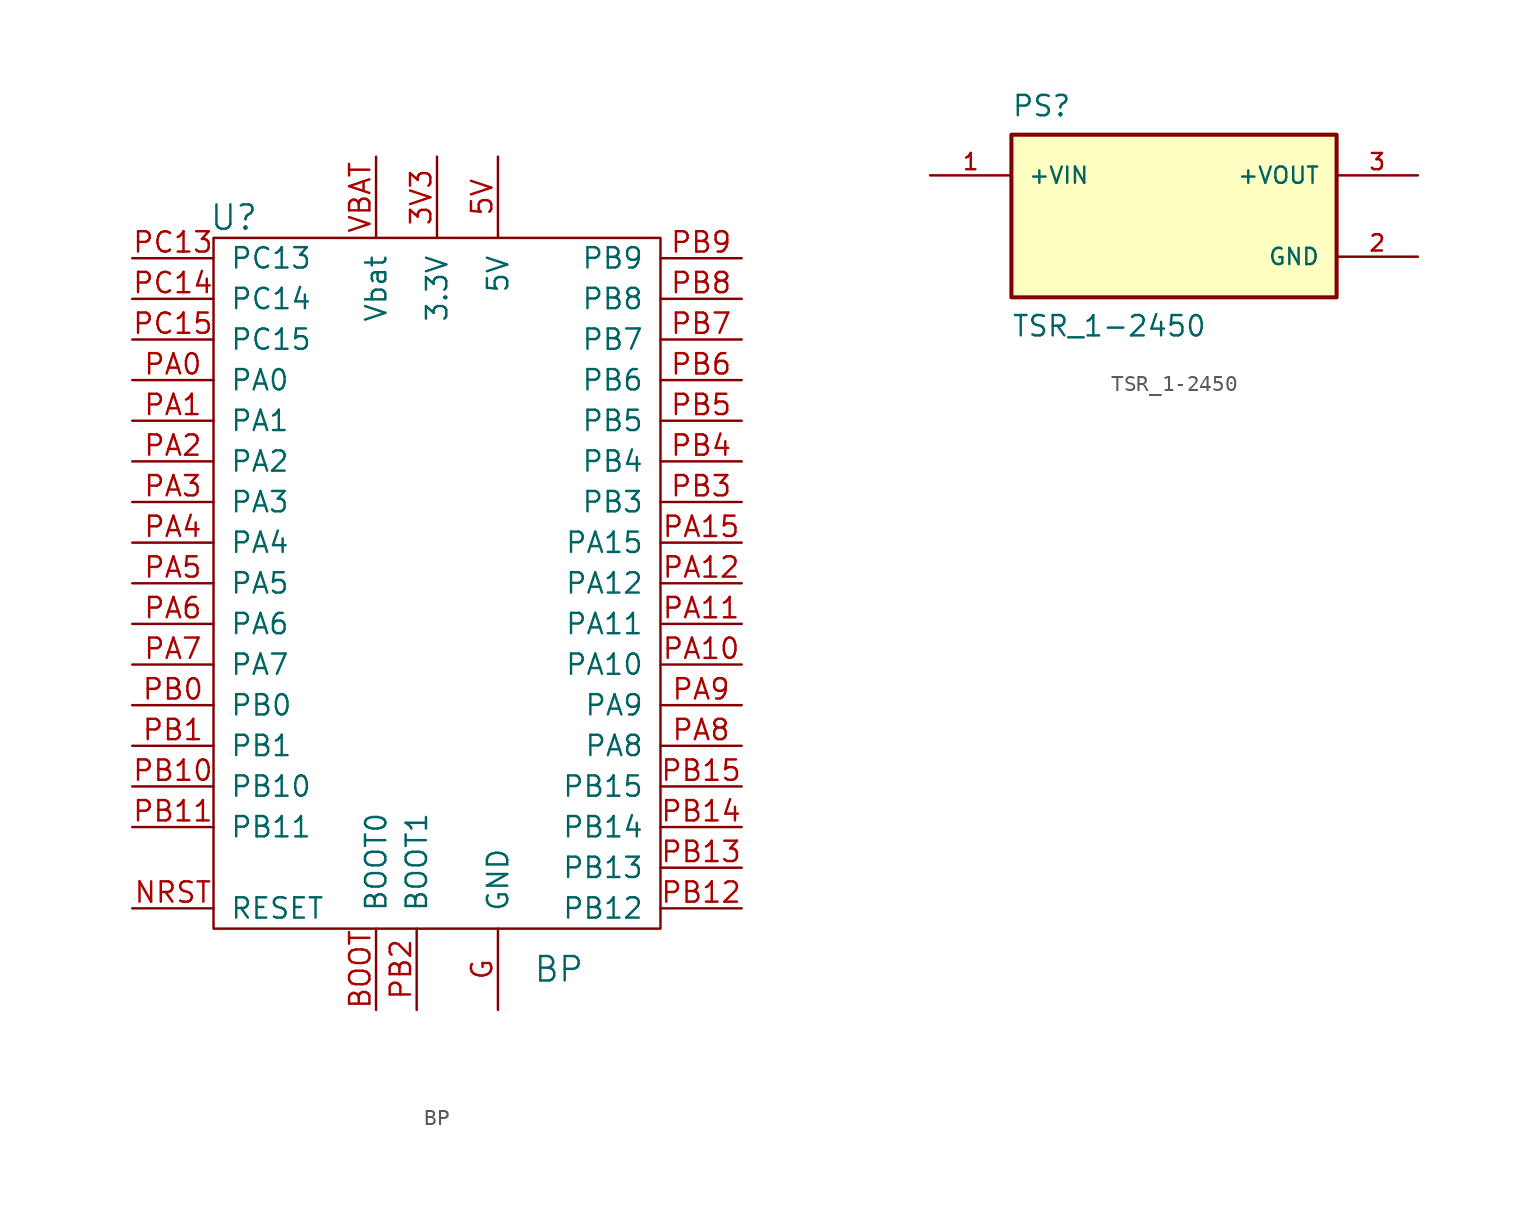
<source format=kicad_sym>
(kicad_symbol_lib
  (version 20241209)
  (generator "kicad_symbol_editor")
  (generator_version "9.0")
  (symbol "BP"
    (pin_names
      (offset 1.016))
    (property "Reference" "U"
      (at -12.7 22.86 0)
      (effects (font (size 1.524 1.524))))
    (property "Value" "BP"
      (at 7.62 -24.13 0)
      (effects (font (size 1.524 1.524))))
    (symbol "BP_0_1"
      (rectangle (start -13.97 21.59) (end 13.97 -21.59) (stroke (width 0) (type solid)) (fill (type none))))
    (symbol "BP_1_1"
      (pin bidirectional line (at -19.05 20.32 0) (length 5.08) (name "PC13" (effects (font (size 1.27 1.27)))) (number "PC13" (effects (font (size 1.27 1.27)))))
      (pin bidirectional line (at -19.05 17.78 0) (length 5.08) (name "PC14" (effects (font (size 1.27 1.27)))) (number "PC14" (effects (font (size 1.27 1.27)))))
      (pin bidirectional line (at -19.05 15.24 0) (length 5.08) (name "PC15" (effects (font (size 1.27 1.27)))) (number "PC15" (effects (font (size 1.27 1.27)))))
      (pin bidirectional line (at -19.05 12.7 0) (length 5.08) (name "PA0" (effects (font (size 1.27 1.27)))) (number "PA0" (effects (font (size 1.27 1.27)))))
      (pin bidirectional line (at -19.05 10.16 0) (length 5.08) (name "PA1" (effects (font (size 1.27 1.27)))) (number "PA1" (effects (font (size 1.27 1.27)))))
      (pin bidirectional line (at -19.05 7.62 0) (length 5.08) (name "PA2" (effects (font (size 1.27 1.27)))) (number "PA2" (effects (font (size 1.27 1.27)))))
      (pin bidirectional line (at -19.05 5.08 0) (length 5.08) (name "PA3" (effects (font (size 1.27 1.27)))) (number "PA3" (effects (font (size 1.27 1.27)))))
      (pin bidirectional line (at -19.05 2.54 0) (length 5.08) (name "PA4" (effects (font (size 1.27 1.27)))) (number "PA4" (effects (font (size 1.27 1.27)))))
      (pin bidirectional line (at -19.05 0 0) (length 5.08) (name "PA5" (effects (font (size 1.27 1.27)))) (number "PA5" (effects (font (size 1.27 1.27)))))
      (pin bidirectional line (at -19.05 -2.54 0) (length 5.08) (name "PA6" (effects (font (size 1.27 1.27)))) (number "PA6" (effects (font (size 1.27 1.27)))))
      (pin bidirectional line (at -19.05 -5.08 0) (length 5.08) (name "PA7" (effects (font (size 1.27 1.27)))) (number "PA7" (effects (font (size 1.27 1.27)))))
      (pin bidirectional line (at -19.05 -7.62 0) (length 5.08) (name "PB0" (effects (font (size 1.27 1.27)))) (number "PB0" (effects (font (size 1.27 1.27)))))
      (pin bidirectional line (at -19.05 -10.16 0) (length 5.08) (name "PB1" (effects (font (size 1.27 1.27)))) (number "PB1" (effects (font (size 1.27 1.27)))))
      (pin bidirectional line (at -19.05 -12.7 0) (length 5.08) (name "PB10" (effects (font (size 1.27 1.27)))) (number "PB10" (effects (font (size 1.27 1.27)))))
      (pin bidirectional line (at -19.05 -15.24 0) (length 5.08) (name "PB11" (effects (font (size 1.27 1.27)))) (number "PB11" (effects (font (size 1.27 1.27)))))
      (pin input line (at -19.05 -20.32 0) (length 5.08) (name "RESET" (effects (font (size 1.27 1.27)))) (number "NRST" (effects (font (size 1.27 1.27)))))
      (pin power_in line (at -3.81 26.67 270) (length 5.08) (name "Vbat" (effects (font (size 1.27 1.27)))) (number "VBAT" (effects (font (size 1.27 1.27)))))
      (pin input line (at -3.81 -26.67 90) (length 5.08) (name "BOOT0" (effects (font (size 1.27 1.27)))) (number "BOOT" (effects (font (size 1.27 1.27)))))
      (pin input line (at -1.27 -26.67 90) (length 5.08) (name "BOOT1" (effects (font (size 1.27 1.27)))) (number "PB2" (effects (font (size 1.27 1.27)))))
      (pin power_out line (at 0 26.67 270) (length 5.08) (name "3.3V" (effects (font (size 1.27 1.27)))) (number "3V3" (effects (font (size 1.27 1.27)))))
      (pin power_out line (at 3.81 26.67 270) (length 5.08) (name "5V" (effects (font (size 1.27 1.27)))) (number "5V" (effects (font (size 1.27 1.27)))))
      (pin power_out line (at 3.81 -26.67 90) (length 5.08) (name "GND" (effects (font (size 1.27 1.27)))) (number "G" (effects (font (size 1.27 1.27)))))
      (pin bidirectional line (at 19.05 20.32 180) (length 5.08) (name "PB9" (effects (font (size 1.27 1.27)))) (number "PB9" (effects (font (size 1.27 1.27)))))
      (pin bidirectional line (at 19.05 17.78 180) (length 5.08) (name "PB8" (effects (font (size 1.27 1.27)))) (number "PB8" (effects (font (size 1.27 1.27)))))
      (pin bidirectional line (at 19.05 15.24 180) (length 5.08) (name "PB7" (effects (font (size 1.27 1.27)))) (number "PB7" (effects (font (size 1.27 1.27)))))
      (pin bidirectional line (at 19.05 12.7 180) (length 5.08) (name "PB6" (effects (font (size 1.27 1.27)))) (number "PB6" (effects (font (size 1.27 1.27)))))
      (pin bidirectional line (at 19.05 10.16 180) (length 5.08) (name "PB5" (effects (font (size 1.27 1.27)))) (number "PB5" (effects (font (size 1.27 1.27)))))
      (pin bidirectional line (at 19.05 7.62 180) (length 5.08) (name "PB4" (effects (font (size 1.27 1.27)))) (number "PB4" (effects (font (size 1.27 1.27)))))
      (pin bidirectional line (at 19.05 5.08 180) (length 5.08) (name "PB3" (effects (font (size 1.27 1.27)))) (number "PB3" (effects (font (size 1.27 1.27)))))
      (pin bidirectional line (at 19.05 2.54 180) (length 5.08) (name "PA15" (effects (font (size 1.27 1.27)))) (number "PA15" (effects (font (size 1.27 1.27)))))
      (pin bidirectional line (at 19.05 0 180) (length 5.08) (name "PA12" (effects (font (size 1.27 1.27)))) (number "PA12" (effects (font (size 1.27 1.27)))))
      (pin bidirectional line (at 19.05 -2.54 180) (length 5.08) (name "PA11" (effects (font (size 1.27 1.27)))) (number "PA11" (effects (font (size 1.27 1.27)))))
      (pin bidirectional line (at 19.05 -5.08 180) (length 5.08) (name "PA10" (effects (font (size 1.27 1.27)))) (number "PA10" (effects (font (size 1.27 1.27)))))
      (pin bidirectional line (at 19.05 -7.62 180) (length 5.08) (name "PA9" (effects (font (size 1.27 1.27)))) (number "PA9" (effects (font (size 1.27 1.27)))))
      (pin bidirectional line (at 19.05 -10.16 180) (length 5.08) (name "PA8" (effects (font (size 1.27 1.27)))) (number "PA8" (effects (font (size 1.27 1.27)))))
      (pin bidirectional line (at 19.05 -12.7 180) (length 5.08) (name "PB15" (effects (font (size 1.27 1.27)))) (number "PB15" (effects (font (size 1.27 1.27)))))
      (pin bidirectional line (at 19.05 -15.24 180) (length 5.08) (name "PB14" (effects (font (size 1.27 1.27)))) (number "PB14" (effects (font (size 1.27 1.27)))))
      (pin bidirectional line (at 19.05 -17.78 180) (length 5.08) (name "PB13" (effects (font (size 1.27 1.27)))) (number "PB13" (effects (font (size 1.27 1.27)))))
      (pin bidirectional line (at 19.05 -20.32 180) (length 5.08) (name "PB12" (effects (font (size 1.27 1.27)))) (number "PB12" (effects (font (size 1.27 1.27)))))))
  (symbol "TSR_1-2450"
    (pin_names
      (offset 1.016))
    (property "Reference" "PS"
      (at -10.16 7.62 0)
      (effects (font (size 1.27 1.27)) (justify left top)))
    (property "Value" "TSR_1-2450"
      (at -10.16 -7.62 0)
      (effects (font (size 1.27 1.27)) (justify left bottom)))
    (symbol "TSR_1-2450_0_0"
      (rectangle (start -10.16 -5.08) (end 10.16 5.08) (stroke (width 0.254) (type default)) (fill (type background)))
      (pin input line (at -15.24 2.54 0) (length 5.08) (name "+VIN" (effects (font (size 1.016 1.016)))) (number "1" (effects (font (size 1.016 1.016)))))
      (pin output line (at 15.24 2.54 180) (length 5.08) (name "+VOUT" (effects (font (size 1.016 1.016)))) (number "3" (effects (font (size 1.016 1.016)))))
      (pin power_in line (at 15.24 -2.54 180) (length 5.08) (name "GND" (effects (font (size 1.016 1.016)))) (number "2" (effects (font (size 1.016 1.016))))))))
</source>
